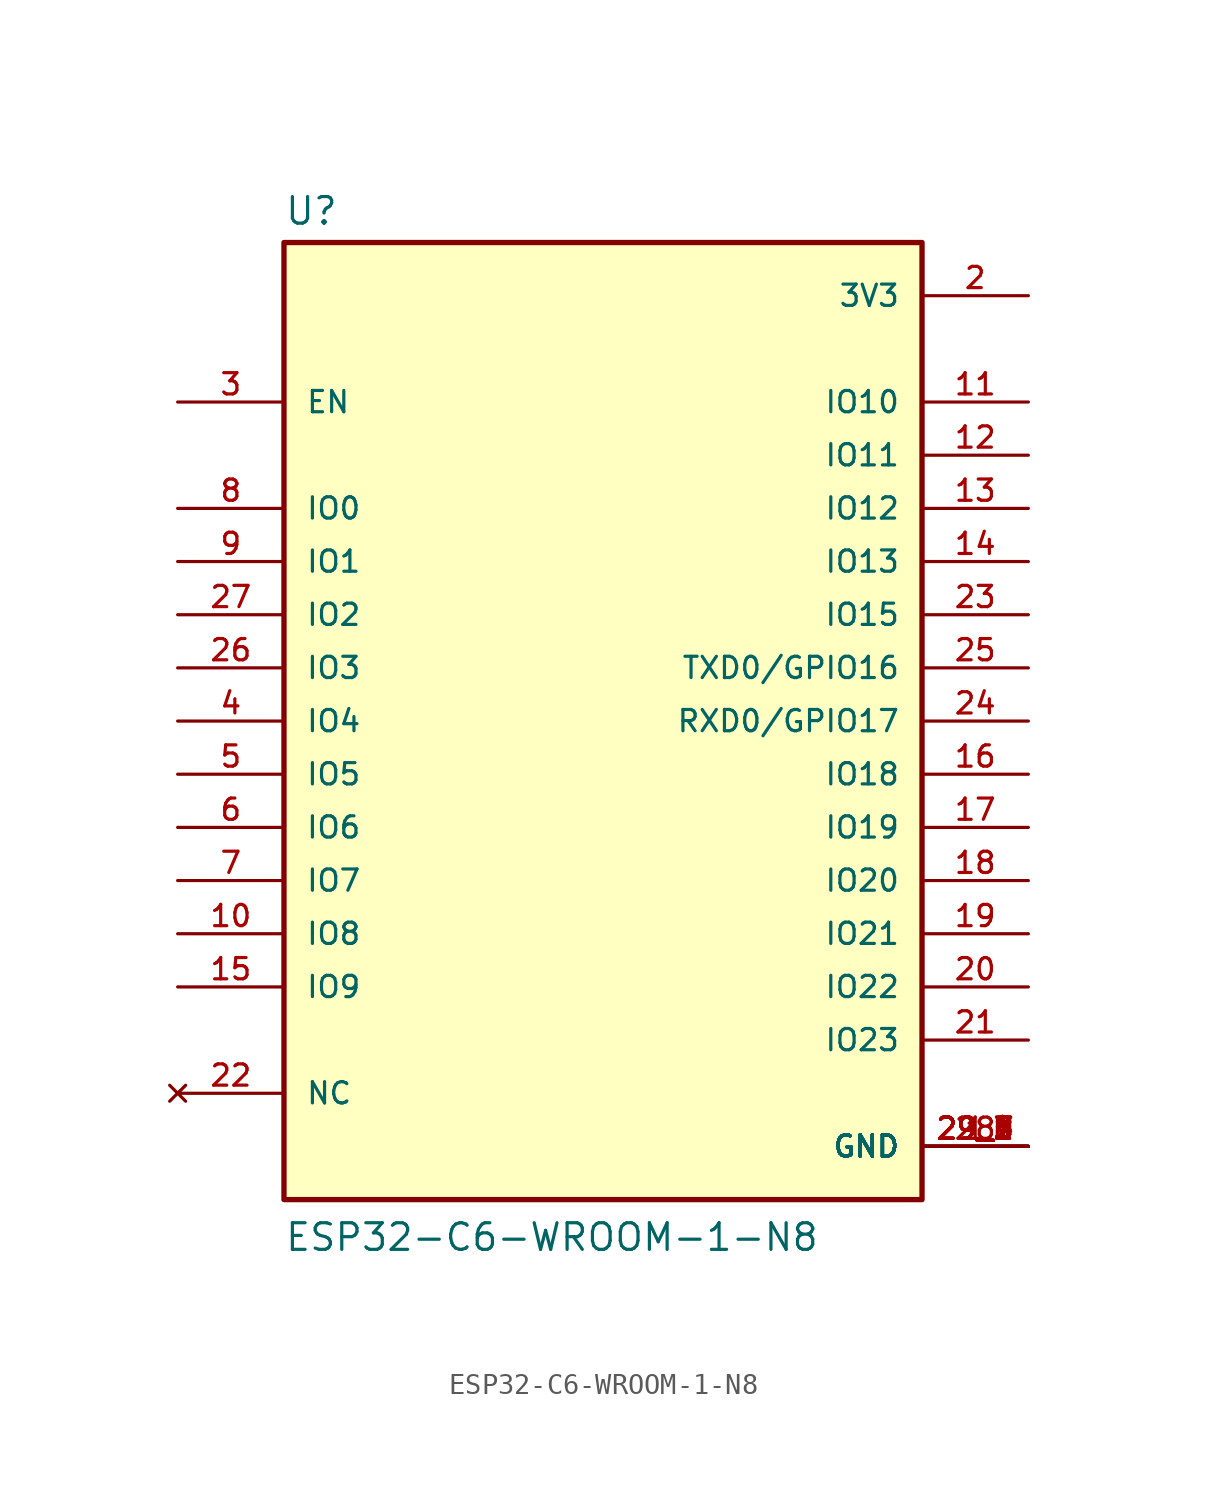
<source format=kicad_sym>
(kicad_symbol_lib
  (version 20211014)
  (generator kicad_symbol_editor)
  (symbol "ESP32-C6-WROOM-1-N8"
    (pin_names
      (offset 1.016))
    (property "Reference" "U"
      (at -15.24 23.622 0)
      (effects (font (size 1.27 1.27)) (justify bottom left)))
    (property "Value" "ESP32-C6-WROOM-1-N8"
      (at -15.24 -25.4 0)
      (effects (font (size 1.27 1.27)) (justify bottom left)))
    (symbol "ESP32-C6-WROOM-1-N8_0_0"
      (rectangle (start -15.24 -22.86) (end 15.24 22.86) (stroke (width 0.254)) (fill (type background)))
      (pin power_in line (at 20.32 -20.32 180.0) (length 5.08) (name "GND" (effects (font (size 1.016 1.016)))) (number "1" (effects (font (size 1.016 1.016)))))
      (pin power_in line (at 20.32 -20.32 180.0) (length 5.08) (name "GND" (effects (font (size 1.016 1.016)))) (number "28" (effects (font (size 1.016 1.016)))))
      (pin power_in line (at 20.32 -20.32 180.0) (length 5.08) (name "GND" (effects (font (size 1.016 1.016)))) (number "29_1" (effects (font (size 1.016 1.016)))))
      (pin power_in line (at 20.32 -20.32 180.0) (length 5.08) (name "GND" (effects (font (size 1.016 1.016)))) (number "29_2" (effects (font (size 1.016 1.016)))))
      (pin power_in line (at 20.32 -20.32 180.0) (length 5.08) (name "GND" (effects (font (size 1.016 1.016)))) (number "29_3" (effects (font (size 1.016 1.016)))))
      (pin power_in line (at 20.32 -20.32 180.0) (length 5.08) (name "GND" (effects (font (size 1.016 1.016)))) (number "29_4" (effects (font (size 1.016 1.016)))))
      (pin power_in line (at 20.32 -20.32 180.0) (length 5.08) (name "GND" (effects (font (size 1.016 1.016)))) (number "29_5" (effects (font (size 1.016 1.016)))))
      (pin power_in line (at 20.32 -20.32 180.0) (length 5.08) (name "GND" (effects (font (size 1.016 1.016)))) (number "29_6" (effects (font (size 1.016 1.016)))))
      (pin power_in line (at 20.32 -20.32 180.0) (length 5.08) (name "GND" (effects (font (size 1.016 1.016)))) (number "29_7" (effects (font (size 1.016 1.016)))))
      (pin power_in line (at 20.32 -20.32 180.0) (length 5.08) (name "GND" (effects (font (size 1.016 1.016)))) (number "29_8" (effects (font (size 1.016 1.016)))))
      (pin power_in line (at 20.32 -20.32 180.0) (length 5.08) (name "GND" (effects (font (size 1.016 1.016)))) (number "29_9" (effects (font (size 1.016 1.016)))))
      (pin power_in line (at 20.32 20.32 180.0) (length 5.08) (name "3V3" (effects (font (size 1.016 1.016)))) (number "2" (effects (font (size 1.016 1.016)))))
      (pin input line (at -20.32 15.24 0) (length 5.08) (name "EN" (effects (font (size 1.016 1.016)))) (number "3" (effects (font (size 1.016 1.016)))))
      (pin bidirectional line (at -20.32 0.0 0) (length 5.08) (name "IO4" (effects (font (size 1.016 1.016)))) (number "4" (effects (font (size 1.016 1.016)))))
      (pin bidirectional line (at -20.32 -2.54 0) (length 5.08) (name "IO5" (effects (font (size 1.016 1.016)))) (number "5" (effects (font (size 1.016 1.016)))))
      (pin bidirectional line (at -20.32 -5.08 0) (length 5.08) (name "IO6" (effects (font (size 1.016 1.016)))) (number "6" (effects (font (size 1.016 1.016)))))
      (pin bidirectional line (at -20.32 -7.62 0) (length 5.08) (name "IO7" (effects (font (size 1.016 1.016)))) (number "7" (effects (font (size 1.016 1.016)))))
      (pin bidirectional line (at -20.32 10.16 0) (length 5.08) (name "IO0" (effects (font (size 1.016 1.016)))) (number "8" (effects (font (size 1.016 1.016)))))
      (pin bidirectional line (at -20.32 7.62 0) (length 5.08) (name "IO1" (effects (font (size 1.016 1.016)))) (number "9" (effects (font (size 1.016 1.016)))))
      (pin bidirectional line (at -20.32 -10.16 0) (length 5.08) (name "IO8" (effects (font (size 1.016 1.016)))) (number "10" (effects (font (size 1.016 1.016)))))
      (pin bidirectional line (at 20.32 15.24 180.0) (length 5.08) (name "IO10" (effects (font (size 1.016 1.016)))) (number "11" (effects (font (size 1.016 1.016)))))
      (pin bidirectional line (at 20.32 12.7 180.0) (length 5.08) (name "IO11" (effects (font (size 1.016 1.016)))) (number "12" (effects (font (size 1.016 1.016)))))
      (pin bidirectional line (at 20.32 10.16 180.0) (length 5.08) (name "IO12" (effects (font (size 1.016 1.016)))) (number "13" (effects (font (size 1.016 1.016)))))
      (pin bidirectional line (at 20.32 7.62 180.0) (length 5.08) (name "IO13" (effects (font (size 1.016 1.016)))) (number "14" (effects (font (size 1.016 1.016)))))
      (pin bidirectional line (at -20.32 5.08 0) (length 5.08) (name "IO2" (effects (font (size 1.016 1.016)))) (number "27" (effects (font (size 1.016 1.016)))))
      (pin bidirectional line (at -20.32 2.54 0) (length 5.08) (name "IO3" (effects (font (size 1.016 1.016)))) (number "26" (effects (font (size 1.016 1.016)))))
      (pin bidirectional line (at 20.32 2.54 180.0) (length 5.08) (name "TXD0/GPIO16" (effects (font (size 1.016 1.016)))) (number "25" (effects (font (size 1.016 1.016)))))
      (pin bidirectional line (at 20.32 0.0 180.0) (length 5.08) (name "RXD0/GPIO17" (effects (font (size 1.016 1.016)))) (number "24" (effects (font (size 1.016 1.016)))))
      (pin bidirectional line (at 20.32 5.08 180.0) (length 5.08) (name "IO15" (effects (font (size 1.016 1.016)))) (number "23" (effects (font (size 1.016 1.016)))))
      (pin no_connect line (at -20.32 -17.78 0) (length 5.08) (name "NC" (effects (font (size 1.016 1.016)))) (number "22" (effects (font (size 1.016 1.016)))))
      (pin bidirectional line (at 20.32 -15.24 180.0) (length 5.08) (name "IO23" (effects (font (size 1.016 1.016)))) (number "21" (effects (font (size 1.016 1.016)))))
      (pin bidirectional line (at 20.32 -12.7 180.0) (length 5.08) (name "IO22" (effects (font (size 1.016 1.016)))) (number "20" (effects (font (size 1.016 1.016)))))
      (pin bidirectional line (at 20.32 -10.16 180.0) (length 5.08) (name "IO21" (effects (font (size 1.016 1.016)))) (number "19" (effects (font (size 1.016 1.016)))))
      (pin bidirectional line (at 20.32 -7.62 180.0) (length 5.08) (name "IO20" (effects (font (size 1.016 1.016)))) (number "18" (effects (font (size 1.016 1.016)))))
      (pin bidirectional line (at 20.32 -5.08 180.0) (length 5.08) (name "IO19" (effects (font (size 1.016 1.016)))) (number "17" (effects (font (size 1.016 1.016)))))
      (pin bidirectional line (at 20.32 -2.54 180.0) (length 5.08) (name "IO18" (effects (font (size 1.016 1.016)))) (number "16" (effects (font (size 1.016 1.016)))))
      (pin bidirectional line (at -20.32 -12.7 0) (length 5.08) (name "IO9" (effects (font (size 1.016 1.016)))) (number "15" (effects (font (size 1.016 1.016))))))))
</source>
